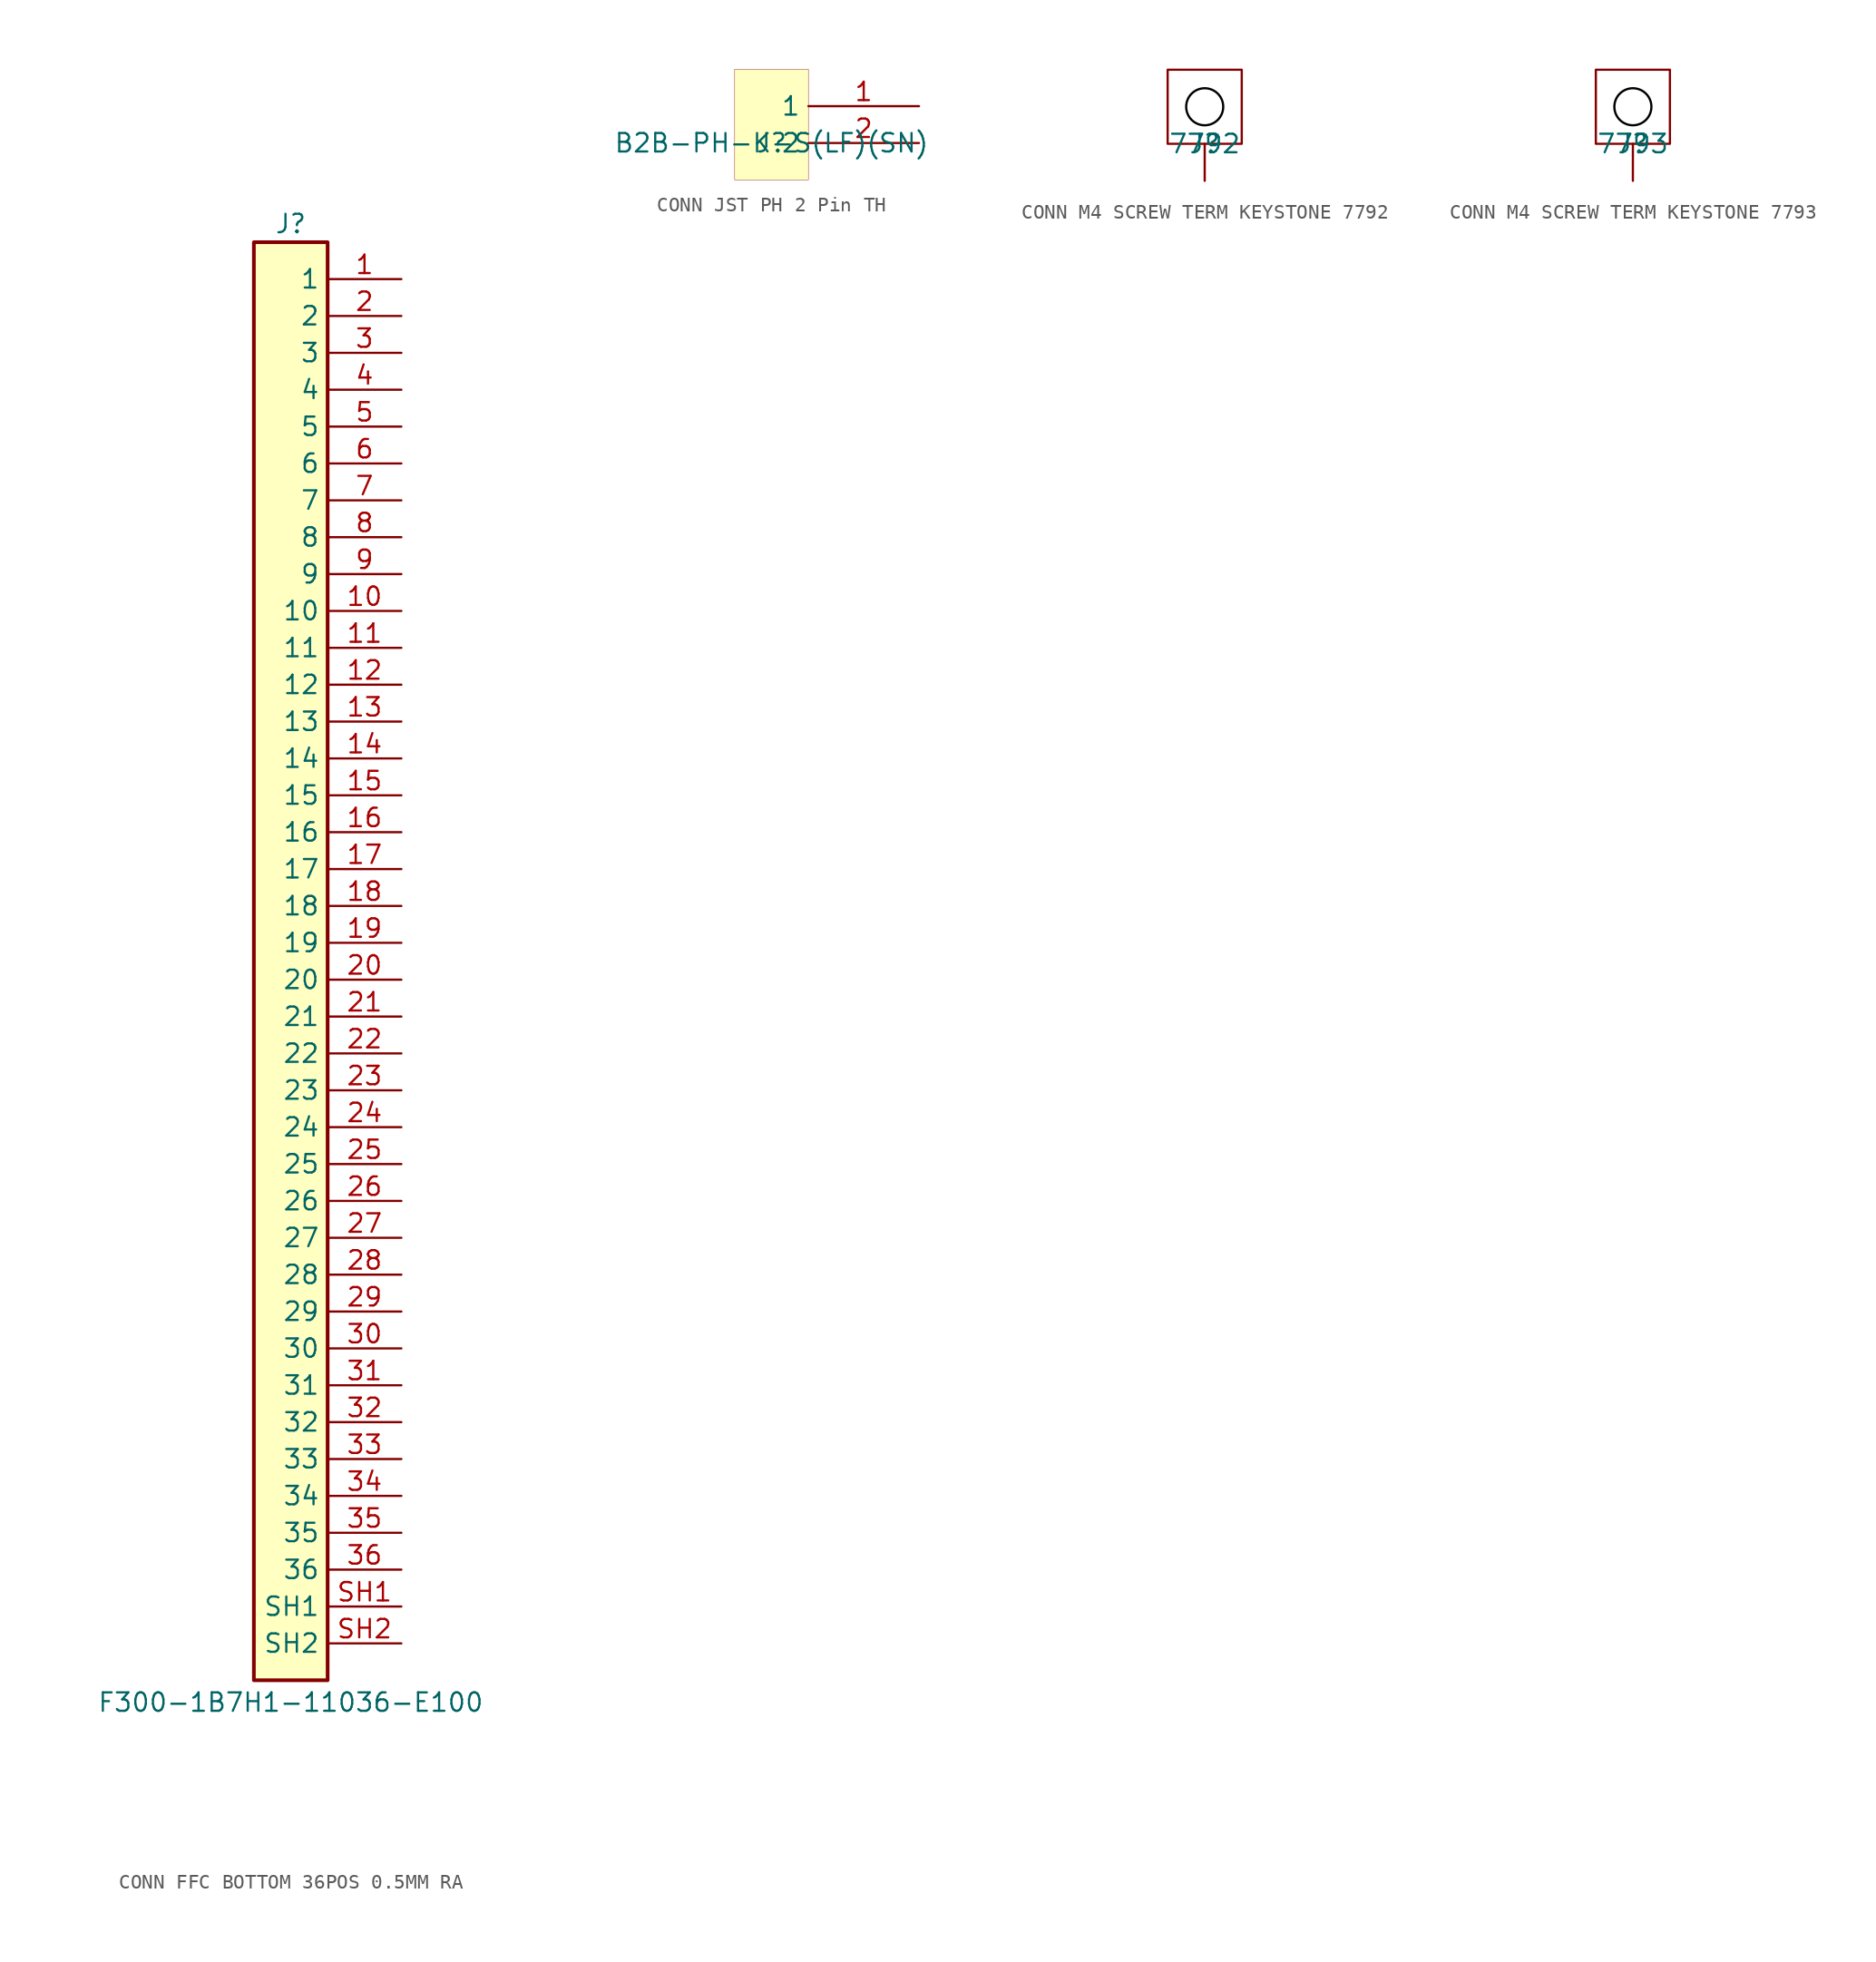
<source format=kicad_sym>
(kicad_symbol_lib
  (version 20241209)
  (generator "kicad_symbol_editor")
  (generator_version "9.0")
  (symbol "CONN FFC BOTTOM 36POS 0.5MM RA"
    (property "Reference" "J"
      (at 2.54 1.27 0)
      (effects (font (size 1.27 1.27))))
    (property "Value" "F300-1B7H1-11036-E100"
      (at 2.54 -100.584 0)
      (effects (font (size 1.27 1.27))))
    (symbol "CONN FFC BOTTOM 36POS 0.5MM RA_1_1"
      (rectangle (start 0 0) (end 5.08 -99.06) (stroke (width 0.254) (type default)) (fill (type background)))
      (pin passive line (at 10.16 -2.54 180) (length 5.08) (name "1" (effects (font (size 1.27 1.27)))) (number "1" (effects (font (size 1.27 1.27)))))
      (pin passive line (at 10.16 -5.08 180) (length 5.08) (name "2" (effects (font (size 1.27 1.27)))) (number "2" (effects (font (size 1.27 1.27)))))
      (pin passive line (at 10.16 -7.62 180) (length 5.08) (name "3" (effects (font (size 1.27 1.27)))) (number "3" (effects (font (size 1.27 1.27)))))
      (pin passive line (at 10.16 -10.16 180) (length 5.08) (name "4" (effects (font (size 1.27 1.27)))) (number "4" (effects (font (size 1.27 1.27)))))
      (pin passive line (at 10.16 -12.7 180) (length 5.08) (name "5" (effects (font (size 1.27 1.27)))) (number "5" (effects (font (size 1.27 1.27)))))
      (pin passive line (at 10.16 -15.24 180) (length 5.08) (name "6" (effects (font (size 1.27 1.27)))) (number "6" (effects (font (size 1.27 1.27)))))
      (pin passive line (at 10.16 -17.78 180) (length 5.08) (name "7" (effects (font (size 1.27 1.27)))) (number "7" (effects (font (size 1.27 1.27)))))
      (pin passive line (at 10.16 -20.32 180) (length 5.08) (name "8" (effects (font (size 1.27 1.27)))) (number "8" (effects (font (size 1.27 1.27)))))
      (pin passive line (at 10.16 -22.86 180) (length 5.08) (name "9" (effects (font (size 1.27 1.27)))) (number "9" (effects (font (size 1.27 1.27)))))
      (pin passive line (at 10.16 -25.4 180) (length 5.08) (name "10" (effects (font (size 1.27 1.27)))) (number "10" (effects (font (size 1.27 1.27)))))
      (pin passive line (at 10.16 -27.94 180) (length 5.08) (name "11" (effects (font (size 1.27 1.27)))) (number "11" (effects (font (size 1.27 1.27)))))
      (pin passive line (at 10.16 -30.48 180) (length 5.08) (name "12" (effects (font (size 1.27 1.27)))) (number "12" (effects (font (size 1.27 1.27)))))
      (pin passive line (at 10.16 -33.02 180) (length 5.08) (name "13" (effects (font (size 1.27 1.27)))) (number "13" (effects (font (size 1.27 1.27)))))
      (pin passive line (at 10.16 -35.56 180) (length 5.08) (name "14" (effects (font (size 1.27 1.27)))) (number "14" (effects (font (size 1.27 1.27)))))
      (pin passive line (at 10.16 -38.1 180) (length 5.08) (name "15" (effects (font (size 1.27 1.27)))) (number "15" (effects (font (size 1.27 1.27)))))
      (pin passive line (at 10.16 -40.64 180) (length 5.08) (name "16" (effects (font (size 1.27 1.27)))) (number "16" (effects (font (size 1.27 1.27)))))
      (pin passive line (at 10.16 -43.18 180) (length 5.08) (name "17" (effects (font (size 1.27 1.27)))) (number "17" (effects (font (size 1.27 1.27)))))
      (pin passive line (at 10.16 -45.72 180) (length 5.08) (name "18" (effects (font (size 1.27 1.27)))) (number "18" (effects (font (size 1.27 1.27)))))
      (pin passive line (at 10.16 -48.26 180) (length 5.08) (name "19" (effects (font (size 1.27 1.27)))) (number "19" (effects (font (size 1.27 1.27)))))
      (pin passive line (at 10.16 -50.8 180) (length 5.08) (name "20" (effects (font (size 1.27 1.27)))) (number "20" (effects (font (size 1.27 1.27)))))
      (pin passive line (at 10.16 -53.34 180) (length 5.08) (name "21" (effects (font (size 1.27 1.27)))) (number "21" (effects (font (size 1.27 1.27)))))
      (pin passive line (at 10.16 -55.88 180) (length 5.08) (name "22" (effects (font (size 1.27 1.27)))) (number "22" (effects (font (size 1.27 1.27)))))
      (pin passive line (at 10.16 -58.42 180) (length 5.08) (name "23" (effects (font (size 1.27 1.27)))) (number "23" (effects (font (size 1.27 1.27)))))
      (pin passive line (at 10.16 -60.96 180) (length 5.08) (name "24" (effects (font (size 1.27 1.27)))) (number "24" (effects (font (size 1.27 1.27)))))
      (pin passive line (at 10.16 -63.5 180) (length 5.08) (name "25" (effects (font (size 1.27 1.27)))) (number "25" (effects (font (size 1.27 1.27)))))
      (pin passive line (at 10.16 -66.04 180) (length 5.08) (name "26" (effects (font (size 1.27 1.27)))) (number "26" (effects (font (size 1.27 1.27)))))
      (pin passive line (at 10.16 -68.58 180) (length 5.08) (name "27" (effects (font (size 1.27 1.27)))) (number "27" (effects (font (size 1.27 1.27)))))
      (pin passive line (at 10.16 -71.12 180) (length 5.08) (name "28" (effects (font (size 1.27 1.27)))) (number "28" (effects (font (size 1.27 1.27)))))
      (pin passive line (at 10.16 -73.66 180) (length 5.08) (name "29" (effects (font (size 1.27 1.27)))) (number "29" (effects (font (size 1.27 1.27)))))
      (pin passive line (at 10.16 -76.2 180) (length 5.08) (name "30" (effects (font (size 1.27 1.27)))) (number "30" (effects (font (size 1.27 1.27)))))
      (pin passive line (at 10.16 -78.74 180) (length 5.08) (name "31" (effects (font (size 1.27 1.27)))) (number "31" (effects (font (size 1.27 1.27)))))
      (pin passive line (at 10.16 -81.28 180) (length 5.08) (name "32" (effects (font (size 1.27 1.27)))) (number "32" (effects (font (size 1.27 1.27)))))
      (pin passive line (at 10.16 -83.82 180) (length 5.08) (name "33" (effects (font (size 1.27 1.27)))) (number "33" (effects (font (size 1.27 1.27)))))
      (pin passive line (at 10.16 -86.36 180) (length 5.08) (name "34" (effects (font (size 1.27 1.27)))) (number "34" (effects (font (size 1.27 1.27)))))
      (pin passive line (at 10.16 -88.9 180) (length 5.08) (name "35" (effects (font (size 1.27 1.27)))) (number "35" (effects (font (size 1.27 1.27)))))
      (pin passive line (at 10.16 -91.44 180) (length 5.08) (name "36" (effects (font (size 1.27 1.27)))) (number "36" (effects (font (size 1.27 1.27)))))
      (pin passive line (at 10.16 -93.98 180) (length 5.08) (name "SH1" (effects (font (size 1.27 1.27)))) (number "SH1" (effects (font (size 1.27 1.27)))))
      (pin passive line (at 10.16 -96.52 180) (length 5.08) (name "SH2" (effects (font (size 1.27 1.27)))) (number "SH2" (effects (font (size 1.27 1.27)))))))
  (symbol "CONN JST PH 2 Pin TH"
    (property "Reference" "J"
      (at 0 0 0)
      (effects (font (size 1.27 1.27))))
    (property "Value" "B2B-PH-K-S(LF)(SN)"
      (at 0 0 0)
      (effects (font (size 1.27 1.27))))
    (symbol "CONN JST PH 2 Pin TH_1_0"
      (rectangle (start 2.54 5.08) (end -2.54 -2.54) (stroke (width 0.025) (type solid) (color 128 0 0 1)) (fill (type background)))
      (pin passive line (at 10.16 2.54 180) (length 7.62) (name "1" (effects (font (size 1.27 1.27)))) (number "1" (effects (font (size 1.27 1.27)))))
      (pin passive line (at 10.16 0 180) (length 7.62) (name "2" (effects (font (size 1.27 1.27)))) (number "2" (effects (font (size 1.27 1.27)))))))
  (symbol "CONN M4 SCREW TERM KEYSTONE 7792"
    (pin_numbers
      (hide yes))
    (pin_names
      (hide yes))
    (property "Reference" "J"
      (at 0 0 0)
      (effects (font (size 1.27 1.27))))
    (property "Value" "7792"
      (at 0 0 0)
      (effects (font (size 1.27 1.27))))
    (symbol "CONN M4 SCREW TERM KEYSTONE 7792_1_0"
      (polyline (pts (xy -2.54 5.08) (xy 2.54 5.08) (xy 2.54 0) (xy -2.54 0) (xy -2.54 5.08)) (stroke (width 0) (type solid)) (fill (type none)))
      (circle (center 0 2.54) (radius 1.27) (stroke (width 0) (type solid) (color 0 0 0 1)) (fill (type none)))
      (pin passive line (at 0 -2.54 90) (length 2.54) (name "1" (effects (font (size 1.27 1.27)))) (number "1" (effects (font (size 1.27 1.27)))))))
  (symbol "CONN M4 SCREW TERM KEYSTONE 7793"
    (pin_numbers
      (hide yes))
    (pin_names
      (hide yes))
    (property "Reference" "J"
      (at 0 0 0)
      (effects (font (size 1.27 1.27))))
    (property "Value" "7793"
      (at 0 0 0)
      (effects (font (size 1.27 1.27))))
    (symbol "CONN M4 SCREW TERM KEYSTONE 7793_1_0"
      (polyline (pts (xy -2.54 5.08) (xy 2.54 5.08) (xy 2.54 0) (xy -2.54 0) (xy -2.54 5.08)) (stroke (width 0) (type solid)) (fill (type none)))
      (circle (center 0 2.54) (radius 1.27) (stroke (width 0) (type solid) (color 0 0 0 1)) (fill (type none)))
      (pin passive line (at 0 -2.54 90) (length 2.54) (name "1" (effects (font (size 1.27 1.27)))) (number "1" (effects (font (size 1.27 1.27))))))))
</source>
